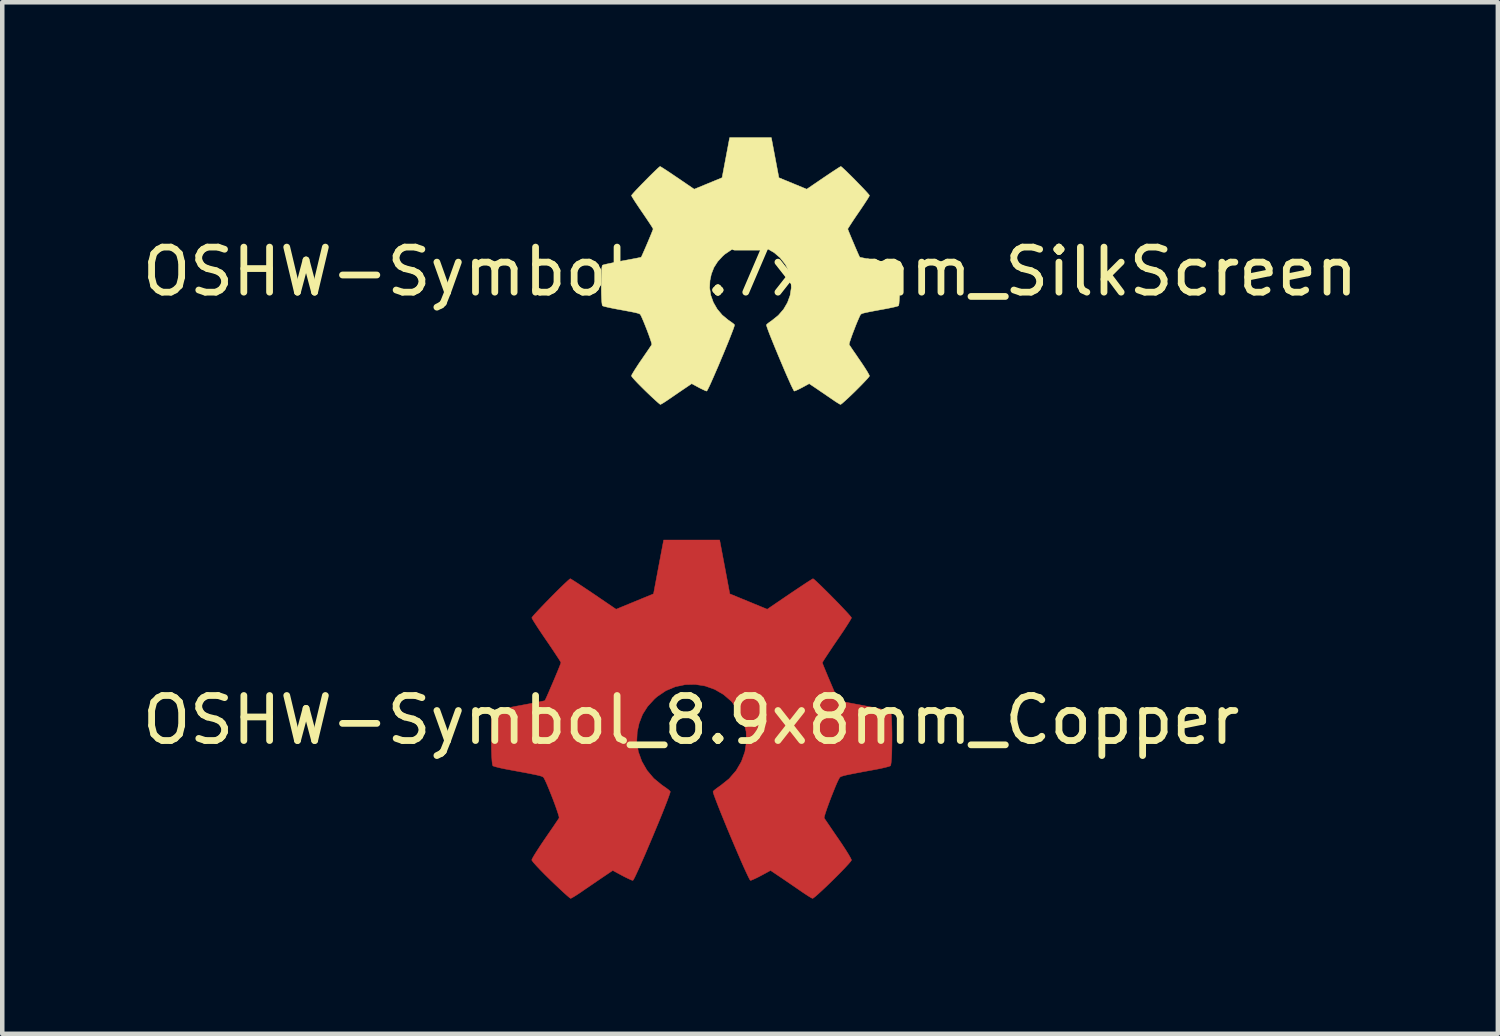
<source format=kicad_pcb>
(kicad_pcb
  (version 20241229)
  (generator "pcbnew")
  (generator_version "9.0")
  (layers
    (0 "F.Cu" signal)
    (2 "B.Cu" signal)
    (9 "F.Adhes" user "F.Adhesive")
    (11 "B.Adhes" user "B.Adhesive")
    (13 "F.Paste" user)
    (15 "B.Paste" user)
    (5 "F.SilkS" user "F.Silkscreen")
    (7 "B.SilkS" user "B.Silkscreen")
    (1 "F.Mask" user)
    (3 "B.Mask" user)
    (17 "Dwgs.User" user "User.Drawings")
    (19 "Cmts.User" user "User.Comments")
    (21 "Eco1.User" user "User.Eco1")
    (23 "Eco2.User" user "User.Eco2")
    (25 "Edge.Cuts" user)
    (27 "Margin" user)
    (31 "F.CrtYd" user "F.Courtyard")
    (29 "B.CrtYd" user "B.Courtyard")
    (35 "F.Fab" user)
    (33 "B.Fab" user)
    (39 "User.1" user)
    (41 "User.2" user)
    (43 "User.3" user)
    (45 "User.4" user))
  (footprint "OSHW-Symbol_8.9x8mm_Copper"
    (layer "F.Cu")
    (at 12.292 12.935)
    (property "Reference" "OSHW-Symbol_8.9x8mm_Copper" (at 0 0 0) (layer "F.SilkS") (effects (font (size 1 1) (thickness 0.15))))
    (attr exclude_from_pos_files exclude_from_bom)
    (fp_poly (pts (xy 0.747 -3.4) (xy 0.859 -2.802) (xy 1.275 -2.631) (xy 1.69 -2.46) (xy 2.188 -2.799) (xy 2.328 -2.893) (xy 2.454 -2.977) (xy 2.561 -3.048) (xy 2.643 -3.1) (xy 2.693 -3.131) (xy 2.707 -3.138) (xy 2.732 -3.121) (xy 2.785 -3.073) (xy 2.86 -3.002) (xy 2.952 -2.912) (xy 3.054 -2.811) (xy 3.161 -2.703) (xy 3.266 -2.596) (xy 3.363 -2.494) (xy 3.447 -2.405) (xy 3.512 -2.333) (xy 3.552 -2.286) (xy 3.561 -2.27) (xy 3.547 -2.241) (xy 3.509 -2.178) (xy 3.451 -2.086) (xy 3.376 -1.971) (xy 3.288 -1.841) (xy 3.237 -1.767) (xy 3.145 -1.632) (xy 3.063 -1.509) (xy 2.995 -1.406) (xy 2.945 -1.329) (xy 2.918 -1.283) (xy 2.914 -1.273) (xy 2.923 -1.245) (xy 2.948 -1.181) (xy 2.986 -1.09) (xy 3.032 -0.979) (xy 3.083 -0.859) (xy 3.134 -0.739) (xy 3.182 -0.627) (xy 3.224 -0.532) (xy 3.254 -0.464) (xy 3.271 -0.432) (xy 3.272 -0.431) (xy 3.297 -0.424) (xy 3.364 -0.411) (xy 3.466 -0.39) (xy 3.597 -0.365) (xy 3.748 -0.337) (xy 3.837 -0.32) (xy 3.998 -0.29) (xy 4.145 -0.26) (xy 4.268 -0.234) (xy 4.36 -0.213) (xy 4.415 -0.197) (xy 4.426 -0.193) (xy 4.437 -0.16) (xy 4.446 -0.086) (xy 4.452 0.02) (xy 4.457 0.15) (xy 4.46 0.296) (xy 4.46 0.448) (xy 4.458 0.598) (xy 4.455 0.737) (xy 4.449 0.857) (xy 4.441 0.949) (xy 4.431 1.005) (xy 4.425 1.016) (xy 4.39 1.03) (xy 4.316 1.05) (xy 4.212 1.074) (xy 4.089 1.098) (xy 4.046 1.106) (xy 3.838 1.144) (xy 3.674 1.175) (xy 3.548 1.2) (xy 3.455 1.219) (xy 3.389 1.235) (xy 3.346 1.248) (xy 3.318 1.26) (xy 3.302 1.272) (xy 3.3 1.274) (xy 3.278 1.311) (xy 3.243 1.384) (xy 3.2 1.484) (xy 3.153 1.601) (xy 3.103 1.727) (xy 3.056 1.852) (xy 3.014 1.969) (xy 2.981 2.067) (xy 2.96 2.138) (xy 2.954 2.173) (xy 2.954 2.174) (xy 2.973 2.203) (xy 3.016 2.266) (xy 3.078 2.357) (xy 3.154 2.469) (xy 3.241 2.596) (xy 3.266 2.632) (xy 3.355 2.763) (xy 3.433 2.883) (xy 3.496 2.984) (xy 3.539 3.06) (xy 3.56 3.103) (xy 3.561 3.109) (xy 3.544 3.137) (xy 3.496 3.193) (xy 3.424 3.271) (xy 3.334 3.365) (xy 3.232 3.468) (xy 3.124 3.575) (xy 3.016 3.68) (xy 2.914 3.776) (xy 2.825 3.858) (xy 2.755 3.919) (xy 2.709 3.954) (xy 2.696 3.959) (xy 2.667 3.946) (xy 2.607 3.91) (xy 2.526 3.857) (xy 2.463 3.815) (xy 2.35 3.737) (xy 2.216 3.645) (xy 2.081 3.553) (xy 2.009 3.504) (xy 1.764 3.339) (xy 1.559 3.45) (xy 1.465 3.499) (xy 1.385 3.536) (xy 1.331 3.558) (xy 1.318 3.561) (xy 1.301 3.539) (xy 1.269 3.476) (xy 1.223 3.379) (xy 1.165 3.253) (xy 1.099 3.103) (xy 1.027 2.936) (xy 0.951 2.758) (xy 0.873 2.574) (xy 0.796 2.39) (xy 0.723 2.211) (xy 0.655 2.044) (xy 0.596 1.895) (xy 0.547 1.768) (xy 0.511 1.671) (xy 0.491 1.608) (xy 0.488 1.586) (xy 0.513 1.558) (xy 0.57 1.514) (xy 0.644 1.461) (xy 0.651 1.457) (xy 0.844 1.302) (xy 1 1.122) (xy 1.117 0.921) (xy 1.194 0.706) (xy 1.229 0.483) (xy 1.222 0.257) (xy 1.17 0.034) (xy 1.073 -0.18) (xy 1.044 -0.226) (xy 0.896 -0.415) (xy 0.72 -0.567) (xy 0.524 -0.681) (xy 0.313 -0.756) (xy 0.093 -0.791) (xy -0.13 -0.786) (xy -0.349 -0.74) (xy -0.559 -0.652) (xy -0.753 -0.521) (xy -0.813 -0.468) (xy -0.966 -0.301) (xy -1.077 -0.126) (xy -1.153 0.07) (xy -1.196 0.265) (xy -1.206 0.483) (xy -1.171 0.703) (xy -1.094 0.916) (xy -0.979 1.116) (xy -0.829 1.294) (xy -0.647 1.444) (xy -0.623 1.46) (xy -0.548 1.512) (xy -0.49 1.557) (xy -0.463 1.585) (xy -0.462 1.586) (xy -0.468 1.617) (xy -0.492 1.687) (xy -0.53 1.791) (xy -0.581 1.922) (xy -0.642 2.076) (xy -0.711 2.245) (xy -0.786 2.425) (xy -0.863 2.61) (xy -0.941 2.793) (xy -1.016 2.97) (xy -1.088 3.134) (xy -1.152 3.279) (xy -1.208 3.4) (xy -1.251 3.491) (xy -1.281 3.546) (xy -1.293 3.561) (xy -1.329 3.55) (xy -1.397 3.519) (xy -1.485 3.476) (xy -1.534 3.45) (xy -1.739 3.339) (xy -1.984 3.504) (xy -2.109 3.589) (xy -2.246 3.683) (xy -2.374 3.77) (xy -2.438 3.815) (xy -2.528 3.875) (xy -2.605 3.923) (xy -2.658 3.953) (xy -2.675 3.959) (xy -2.7 3.942) (xy -2.755 3.895) (xy -2.835 3.823) (xy -2.934 3.731) (xy -3.048 3.623) (xy -3.12 3.554) (xy -3.245 3.431) (xy -3.354 3.32) (xy -3.441 3.227) (xy -3.503 3.157) (xy -3.534 3.114) (xy -3.537 3.105) (xy -3.523 3.072) (xy -3.485 3.005) (xy -3.426 2.911) (xy -3.352 2.796) (xy -3.266 2.668) (xy -3.241 2.632) (xy -3.152 2.502) (xy -3.072 2.386) (xy -3.006 2.288) (xy -2.958 2.217) (xy -2.932 2.178) (xy -2.93 2.174) (xy -2.933 2.143) (xy -2.953 2.076) (xy -2.985 1.98) (xy -3.026 1.865) (xy -3.073 1.74) (xy -3.123 1.614) (xy -3.171 1.495) (xy -3.214 1.394) (xy -3.25 1.318) (xy -3.273 1.276) (xy -3.275 1.274) (xy -3.29 1.262) (xy -3.314 1.25) (xy -3.355 1.237) (xy -3.416 1.222) (xy -3.503 1.204) (xy -3.622 1.18) (xy -3.779 1.151) (xy -3.978 1.114) (xy -4.021 1.106) (xy -4.149 1.082) (xy -4.26 1.058) (xy -4.345 1.036) (xy -4.394 1.02) (xy -4.401 1.016) (xy -4.411 0.983) (xy -4.42 0.909) (xy -4.427 0.802) (xy -4.432 0.672) (xy -4.434 0.526) (xy -4.435 0.374) (xy -4.434 0.224) (xy -4.43 0.085) (xy -4.425 -0.034) (xy -4.417 -0.126) (xy -4.407 -0.181) (xy -4.401 -0.193) (xy -4.369 -0.204) (xy -4.295 -0.222) (xy -4.186 -0.246) (xy -4.051 -0.274) (xy -3.896 -0.305) (xy -3.812 -0.32) (xy -3.652 -0.35) (xy -3.509 -0.377) (xy -3.391 -0.4) (xy -3.304 -0.418) (xy -3.255 -0.428) (xy -3.247 -0.431) (xy -3.233 -0.457) (xy -3.204 -0.52) (xy -3.164 -0.611) (xy -3.117 -0.721) (xy -3.065 -0.841) (xy -3.014 -0.962) (xy -2.967 -1.074) (xy -2.928 -1.17) (xy -2.901 -1.239) (xy -2.889 -1.273) (xy -2.889 -1.274) (xy -2.902 -1.301) (xy -2.94 -1.362) (xy -2.999 -1.452) (xy -3.074 -1.565) (xy -3.161 -1.694) (xy -3.212 -1.768) (xy -3.305 -1.904) (xy -3.387 -2.027) (xy -3.455 -2.132) (xy -3.505 -2.212) (xy -3.532 -2.26) (xy -3.536 -2.271) (xy -3.519 -2.296) (xy -3.473 -2.35) (xy -3.402 -2.426) (xy -3.314 -2.519) (xy -3.214 -2.623) (xy -3.108 -2.731) (xy -3.002 -2.838) (xy -2.902 -2.937) (xy -2.814 -3.022) (xy -2.743 -3.088) (xy -2.697 -3.128) (xy -2.682 -3.138) (xy -2.656 -3.124) (xy -2.596 -3.086) (xy -2.506 -3.028) (xy -2.393 -2.953) (xy -2.262 -2.866) (xy -2.163 -2.799) (xy -1.665 -2.46) (xy -1.25 -2.631) (xy -0.834 -2.802) (xy -0.722 -3.4) (xy -0.609 -3.997) (xy 0.634 -3.997) (xy 0.747 -3.4)) (stroke (width 0.01) (type solid)) (fill yes) (layer "F.Cu")))
  (footprint "OSHW-Symbol_6.7x6mm_SilkScreen"
    (layer "F.Cu")
    (at 13.601 2.981)
    (property "Reference" "OSHW-Symbol_6.7x6mm_SilkScreen" (at 0 0 0) (layer "F.SilkS") (effects (font (size 1 1) (thickness 0.15))))
    (attr board_only exclude_from_pos_files exclude_from_bom allow_missing_courtyard)
    (fp_poly (pts (xy 0.556 -2.531) (xy 0.64 -2.086) (xy 0.949 -1.959) (xy 1.258 -1.831) (xy 1.629 -2.084) (xy 1.733 -2.154) (xy 1.827 -2.217) (xy 1.907 -2.269) (xy 1.967 -2.308) (xy 2.005 -2.331) (xy 2.015 -2.336) (xy 2.034 -2.323) (xy 2.073 -2.288) (xy 2.13 -2.235) (xy 2.198 -2.168) (xy 2.274 -2.093) (xy 2.353 -2.013) (xy 2.431 -1.932) (xy 2.504 -1.857) (xy 2.567 -1.79) (xy 2.615 -1.737) (xy 2.644 -1.702) (xy 2.651 -1.69) (xy 2.641 -1.669) (xy 2.613 -1.621) (xy 2.569 -1.553) (xy 2.513 -1.468) (xy 2.448 -1.371) (xy 2.41 -1.316) (xy 2.341 -1.215) (xy 2.28 -1.124) (xy 2.23 -1.047) (xy 2.193 -0.989) (xy 2.172 -0.955) (xy 2.169 -0.948) (xy 2.176 -0.927) (xy 2.195 -0.879) (xy 2.223 -0.811) (xy 2.257 -0.729) (xy 2.295 -0.64) (xy 2.333 -0.55) (xy 2.369 -0.467) (xy 2.4 -0.396) (xy 2.423 -0.346) (xy 2.435 -0.322) (xy 2.436 -0.321) (xy 2.455 -0.316) (xy 2.505 -0.306) (xy 2.581 -0.291) (xy 2.678 -0.272) (xy 2.791 -0.251) (xy 2.856 -0.239) (xy 2.977 -0.216) (xy 3.086 -0.194) (xy 3.177 -0.174) (xy 3.246 -0.158) (xy 3.287 -0.147) (xy 3.296 -0.143) (xy 3.304 -0.119) (xy 3.31 -0.064) (xy 3.315 0.015) (xy 3.318 0.112) (xy 3.32 0.22) (xy 3.321 0.333) (xy 3.319 0.445) (xy 3.317 0.549) (xy 3.312 0.638) (xy 3.307 0.707) (xy 3.299 0.748) (xy 3.295 0.757) (xy 3.269 0.767) (xy 3.213 0.782) (xy 3.136 0.799) (xy 3.044 0.818) (xy 3.012 0.824) (xy 2.858 0.852) (xy 2.735 0.875) (xy 2.642 0.893) (xy 2.572 0.908) (xy 2.523 0.919) (xy 2.491 0.929) (xy 2.471 0.938) (xy 2.459 0.947) (xy 2.457 0.948) (xy 2.44 0.976) (xy 2.415 1.031) (xy 2.383 1.105) (xy 2.347 1.192) (xy 2.311 1.286) (xy 2.275 1.379) (xy 2.244 1.466) (xy 2.219 1.539) (xy 2.203 1.592) (xy 2.199 1.618) (xy 2.2 1.619) (xy 2.214 1.64) (xy 2.245 1.687) (xy 2.291 1.755) (xy 2.349 1.838) (xy 2.413 1.933) (xy 2.432 1.96) (xy 2.498 2.057) (xy 2.556 2.146) (xy 2.603 2.221) (xy 2.635 2.278) (xy 2.651 2.311) (xy 2.651 2.315) (xy 2.638 2.336) (xy 2.603 2.377) (xy 2.549 2.435) (xy 2.482 2.505) (xy 2.406 2.582) (xy 2.326 2.662) (xy 2.245 2.74) (xy 2.17 2.811) (xy 2.103 2.872) (xy 2.051 2.918) (xy 2.017 2.944) (xy 2.008 2.948) (xy 1.986 2.938) (xy 1.941 2.911) (xy 1.88 2.872) (xy 1.834 2.84) (xy 1.749 2.782) (xy 1.65 2.714) (xy 1.549 2.646) (xy 1.496 2.609) (xy 1.313 2.486) (xy 1.16 2.569) (xy 1.091 2.605) (xy 1.031 2.633) (xy 0.991 2.649) (xy 0.981 2.651) (xy 0.969 2.635) (xy 0.945 2.588) (xy 0.91 2.516) (xy 0.868 2.422) (xy 0.818 2.31) (xy 0.764 2.186) (xy 0.708 2.053) (xy 0.65 1.916) (xy 0.593 1.779) (xy 0.538 1.646) (xy 0.488 1.522) (xy 0.443 1.411) (xy 0.407 1.317) (xy 0.381 1.244) (xy 0.366 1.197) (xy 0.363 1.181) (xy 0.382 1.16) (xy 0.424 1.127) (xy 0.48 1.088) (xy 0.484 1.085) (xy 0.628 0.969) (xy 0.744 0.835) (xy 0.831 0.686) (xy 0.889 0.526) (xy 0.915 0.36) (xy 0.91 0.192) (xy 0.871 0.026) (xy 0.799 -0.134) (xy 0.778 -0.169) (xy 0.667 -0.309) (xy 0.536 -0.422) (xy 0.39 -0.507) (xy 0.233 -0.563) (xy 0.069 -0.589) (xy -0.097 -0.585) (xy -0.26 -0.551) (xy -0.416 -0.485) (xy -0.56 -0.388) (xy -0.605 -0.348) (xy -0.719 -0.224) (xy -0.802 -0.094) (xy -0.859 0.052) (xy -0.89 0.197) (xy -0.898 0.36) (xy -0.872 0.523) (xy -0.815 0.682) (xy -0.729 0.831) (xy -0.617 0.964) (xy -0.482 1.075) (xy -0.464 1.087) (xy -0.408 1.126) (xy -0.365 1.159) (xy -0.345 1.18) (xy -0.344 1.181) (xy -0.349 1.204) (xy -0.366 1.256) (xy -0.395 1.333) (xy -0.433 1.431) (xy -0.478 1.545) (xy -0.53 1.672) (xy -0.585 1.806) (xy -0.643 1.943) (xy -0.7 2.08) (xy -0.757 2.211) (xy -0.81 2.333) (xy -0.858 2.441) (xy -0.899 2.532) (xy -0.932 2.599) (xy -0.954 2.64) (xy -0.963 2.651) (xy -0.99 2.643) (xy -1.04 2.62) (xy -1.106 2.588) (xy -1.142 2.569) (xy -1.295 2.486) (xy -1.477 2.609) (xy -1.57 2.672) (xy -1.672 2.742) (xy -1.767 2.807) (xy -1.815 2.84) (xy -1.882 2.885) (xy -1.939 2.921) (xy -1.979 2.943) (xy -1.991 2.948) (xy -2.01 2.935) (xy -2.051 2.9) (xy -2.11 2.847) (xy -2.185 2.778) (xy -2.269 2.698) (xy -2.323 2.646) (xy -2.416 2.554) (xy -2.497 2.472) (xy -2.562 2.403) (xy -2.608 2.351) (xy -2.631 2.319) (xy -2.633 2.312) (xy -2.623 2.287) (xy -2.594 2.237) (xy -2.551 2.167) (xy -2.496 2.082) (xy -2.432 1.986) (xy -2.413 1.96) (xy -2.347 1.863) (xy -2.287 1.776) (xy -2.238 1.704) (xy -2.202 1.65) (xy -2.183 1.622) (xy -2.181 1.619) (xy -2.184 1.596) (xy -2.199 1.545) (xy -2.223 1.474) (xy -2.253 1.389) (xy -2.288 1.296) (xy -2.325 1.202) (xy -2.361 1.113) (xy -2.393 1.038) (xy -2.419 0.981) (xy -2.437 0.95) (xy -2.438 0.948) (xy -2.449 0.94) (xy -2.468 0.931) (xy -2.498 0.921) (xy -2.543 0.91) (xy -2.608 0.896) (xy -2.697 0.879) (xy -2.813 0.857) (xy -2.962 0.83) (xy -2.994 0.824) (xy -3.089 0.805) (xy -3.172 0.787) (xy -3.235 0.772) (xy -3.271 0.76) (xy -3.276 0.757) (xy -3.284 0.732) (xy -3.291 0.677) (xy -3.296 0.597) (xy -3.3 0.5) (xy -3.302 0.392) (xy -3.302 0.279) (xy -3.301 0.167) (xy -3.298 0.064) (xy -3.294 -0.026) (xy -3.289 -0.094) (xy -3.281 -0.135) (xy -3.277 -0.143) (xy -3.253 -0.152) (xy -3.197 -0.166) (xy -3.117 -0.183) (xy -3.016 -0.204) (xy -2.901 -0.227) (xy -2.838 -0.239) (xy -2.719 -0.261) (xy -2.613 -0.281) (xy -2.524 -0.298) (xy -2.46 -0.311) (xy -2.423 -0.319) (xy -2.417 -0.321) (xy -2.407 -0.34) (xy -2.386 -0.387) (xy -2.356 -0.455) (xy -2.32 -0.537) (xy -2.282 -0.626) (xy -2.244 -0.716) (xy -2.209 -0.8) (xy -2.18 -0.871) (xy -2.16 -0.922) (xy -2.151 -0.948) (xy -2.151 -0.949) (xy -2.161 -0.968) (xy -2.189 -1.014) (xy -2.233 -1.081) (xy -2.289 -1.165) (xy -2.354 -1.261) (xy -2.392 -1.316) (xy -2.461 -1.418) (xy -2.522 -1.509) (xy -2.573 -1.587) (xy -2.61 -1.647) (xy -2.63 -1.683) (xy -2.633 -1.691) (xy -2.62 -1.709) (xy -2.585 -1.75) (xy -2.533 -1.807) (xy -2.467 -1.876) (xy -2.393 -1.953) (xy -2.314 -2.033) (xy -2.235 -2.113) (xy -2.16 -2.187) (xy -2.095 -2.25) (xy -2.043 -2.299) (xy -2.008 -2.329) (xy -1.996 -2.336) (xy -1.978 -2.326) (xy -1.933 -2.298) (xy -1.866 -2.255) (xy -1.781 -2.199) (xy -1.684 -2.133) (xy -1.611 -2.084) (xy -1.24 -1.831) (xy -0.621 -2.086) (xy -0.537 -2.531) (xy -0.453 -2.976) (xy 0.472 -2.976) (xy 0.556 -2.531)) (stroke (width 0.01) (type solid)) (fill yes) (layer "F.SilkS")))
  (gr_rect
    (start -3 -3)
    (end 30.202 19.9)
    (stroke (width 0.1) (type default))
    (fill no)
    (layer "Edge.Cuts")))
</source>
